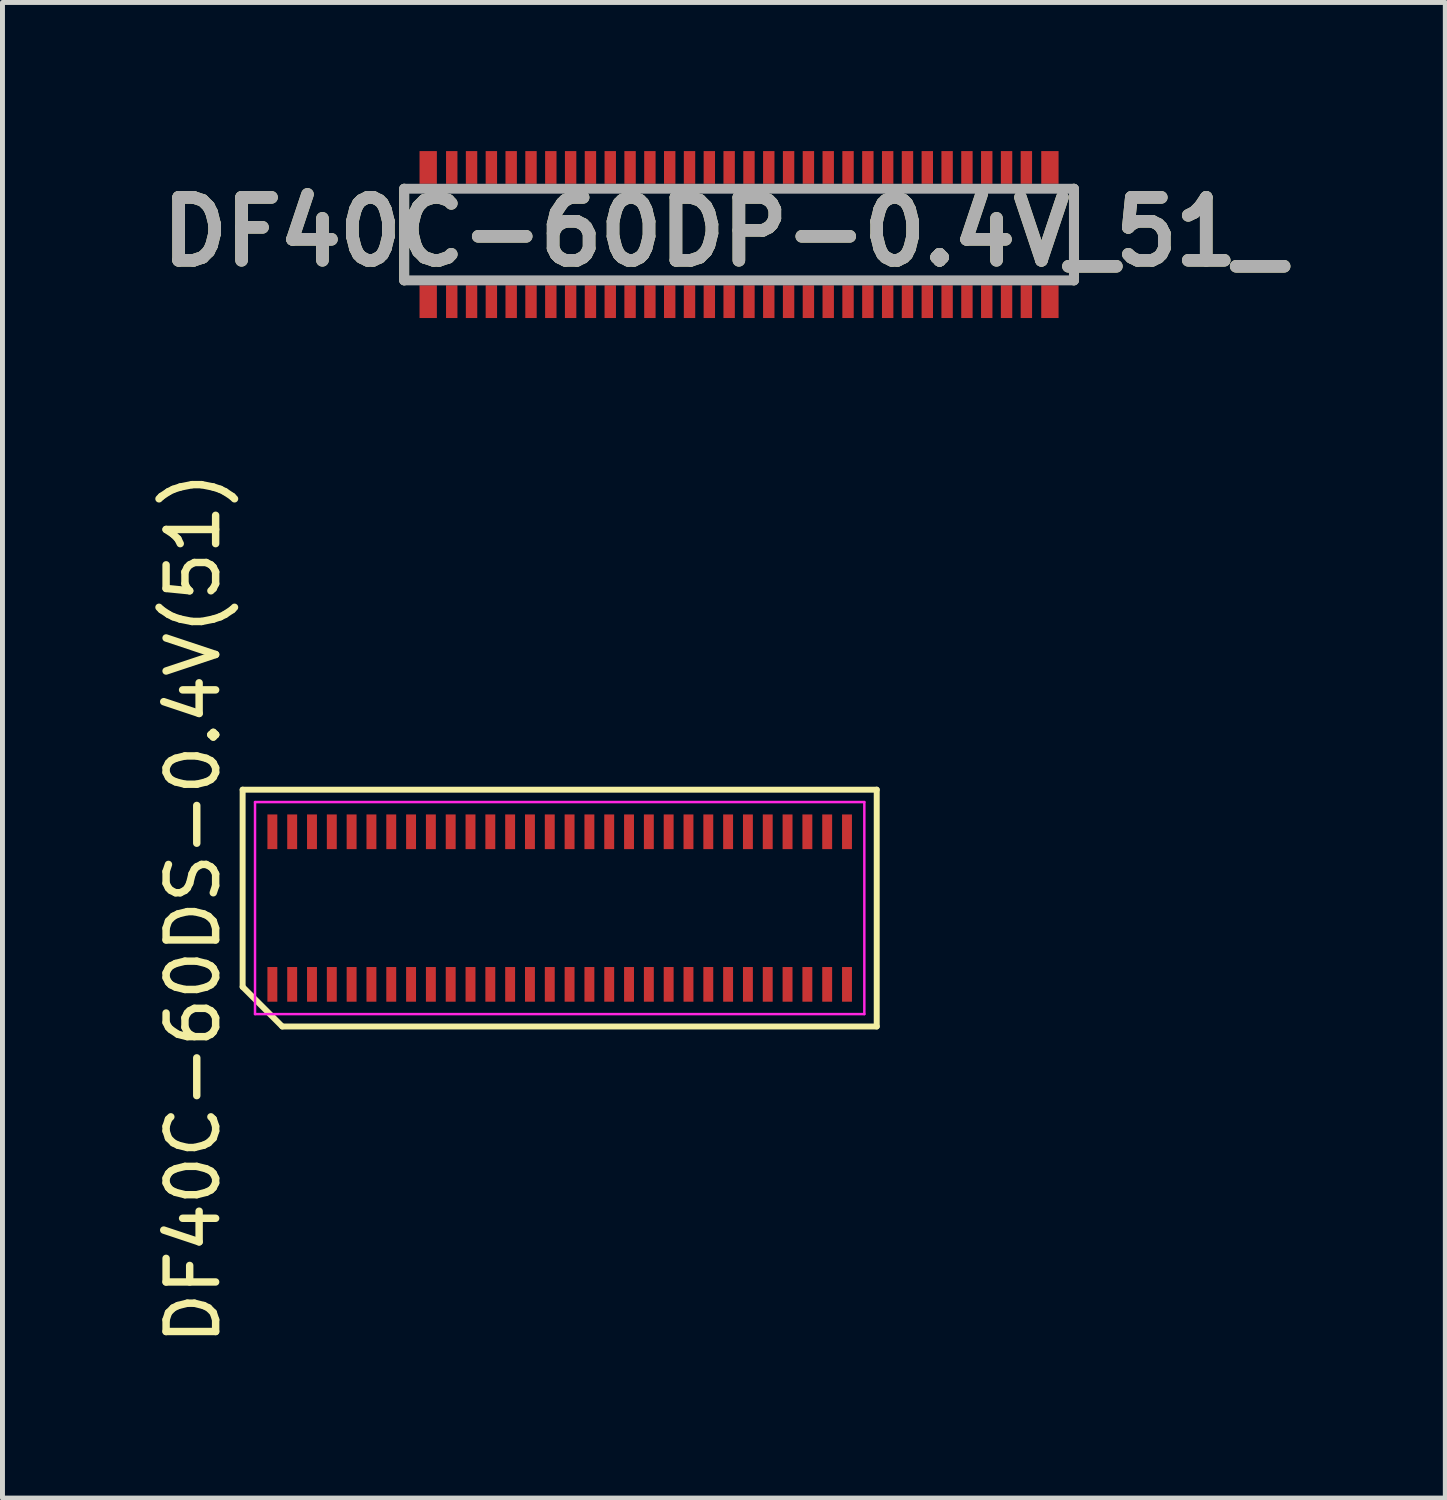
<source format=kicad_pcb>
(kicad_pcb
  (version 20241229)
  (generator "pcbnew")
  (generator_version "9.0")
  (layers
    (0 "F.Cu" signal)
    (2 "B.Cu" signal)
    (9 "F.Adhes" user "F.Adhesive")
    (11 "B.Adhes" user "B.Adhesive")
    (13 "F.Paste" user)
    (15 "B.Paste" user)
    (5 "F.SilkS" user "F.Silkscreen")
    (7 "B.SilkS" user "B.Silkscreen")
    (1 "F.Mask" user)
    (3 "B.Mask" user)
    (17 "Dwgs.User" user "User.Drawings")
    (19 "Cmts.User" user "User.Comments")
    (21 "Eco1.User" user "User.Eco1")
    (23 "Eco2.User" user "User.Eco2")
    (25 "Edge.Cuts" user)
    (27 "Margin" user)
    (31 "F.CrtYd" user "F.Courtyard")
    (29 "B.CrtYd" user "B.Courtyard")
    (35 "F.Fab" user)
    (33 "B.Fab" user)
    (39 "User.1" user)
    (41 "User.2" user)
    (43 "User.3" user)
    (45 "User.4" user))
  (footprint "DF40C-60DS-0.4V(51)"
    (layer "F.Cu")
    (at 8.248 15.281)
    (property "Reference" "DF40C-60DS-0.4V(51)" (at -7.4 0 90) (layer "F.SilkS") (effects (font (size 1 1) (thickness 0.15))))
    (attr through_hole)
    (fp_line (start -6.4 -2.39) (end 6.4 -2.39) (stroke (width 0.12) (type default)) (layer "F.SilkS"))
    (fp_line (start -6.4 1.59) (end -6.4 -2.39) (stroke (width 0.12) (type default)) (layer "F.SilkS"))
    (fp_line (start -5.6 2.39) (end -6.4 1.59) (stroke (width 0.12) (type default)) (layer "F.SilkS"))
    (fp_line (start 6.4 -2.39) (end 6.4 2.39) (stroke (width 0.12) (type default)) (layer "F.SilkS"))
    (fp_line (start 6.4 2.39) (end -5.6 2.39) (stroke (width 0.12) (type default)) (layer "F.SilkS"))
    (fp_line (start -6.15 -2.14) (end 6.15 -2.14) (stroke (width 0.05) (type default)) (layer "F.CrtYd"))
    (fp_line (start -6.15 2.14) (end -6.15 -2.14) (stroke (width 0.05) (type default)) (layer "F.CrtYd"))
    (fp_line (start 6.15 -2.14) (end 6.15 2.14) (stroke (width 0.05) (type default)) (layer "F.CrtYd"))
    (fp_line (start 6.15 2.14) (end -6.15 2.14) (stroke (width 0.05) (type default)) (layer "F.CrtYd"))
    (fp_text user "Receptacle" (at -5.08 -2.54 0) (unlocked yes) (layer "User.1") (effects (font (size 1 1) (thickness 0.15)) (justify left bottom)))
    (pad "1" smd rect (at -5.8 1.54) (size 0.2 0.7) (layers "F.Cu" "F.Mask" "F.Paste"))
    (pad "2" smd rect (at -5.8 -1.54) (size 0.2 0.7) (layers "F.Cu" "F.Mask" "F.Paste"))
    (pad "3" smd rect (at -5.4 1.54) (size 0.2 0.7) (layers "F.Cu" "F.Mask" "F.Paste"))
    (pad "4" smd rect (at -5.4 -1.54) (size 0.2 0.7) (layers "F.Cu" "F.Mask" "F.Paste"))
    (pad "5" smd rect (at -5 1.54) (size 0.2 0.7) (layers "F.Cu" "F.Mask" "F.Paste"))
    (pad "6" smd rect (at -5 -1.54) (size 0.2 0.7) (layers "F.Cu" "F.Mask" "F.Paste"))
    (pad "7" smd rect (at -4.6 1.54) (size 0.2 0.7) (layers "F.Cu" "F.Mask" "F.Paste"))
    (pad "8" smd rect (at -4.6 -1.54) (size 0.2 0.7) (layers "F.Cu" "F.Mask" "F.Paste"))
    (pad "9" smd rect (at -4.2 1.54) (size 0.2 0.7) (layers "F.Cu" "F.Mask" "F.Paste"))
    (pad "10" smd rect (at -4.2 -1.54) (size 0.2 0.7) (layers "F.Cu" "F.Mask" "F.Paste"))
    (pad "11" smd rect (at -3.8 1.54) (size 0.2 0.7) (layers "F.Cu" "F.Mask" "F.Paste"))
    (pad "12" smd rect (at -3.8 -1.54) (size 0.2 0.7) (layers "F.Cu" "F.Mask" "F.Paste"))
    (pad "13" smd rect (at -3.4 1.54) (size 0.2 0.7) (layers "F.Cu" "F.Mask" "F.Paste"))
    (pad "14" smd rect (at -3.4 -1.54) (size 0.2 0.7) (layers "F.Cu" "F.Mask" "F.Paste"))
    (pad "15" smd rect (at -3 1.54) (size 0.2 0.7) (layers "F.Cu" "F.Mask" "F.Paste"))
    (pad "16" smd rect (at -3 -1.54) (size 0.2 0.7) (layers "F.Cu" "F.Mask" "F.Paste"))
    (pad "17" smd rect (at -2.6 1.54) (size 0.2 0.7) (layers "F.Cu" "F.Mask" "F.Paste"))
    (pad "18" smd rect (at -2.6 -1.54) (size 0.2 0.7) (layers "F.Cu" "F.Mask" "F.Paste"))
    (pad "19" smd rect (at -2.2 1.54) (size 0.2 0.7) (layers "F.Cu" "F.Mask" "F.Paste"))
    (pad "20" smd rect (at -2.2 -1.54) (size 0.2 0.7) (layers "F.Cu" "F.Mask" "F.Paste"))
    (pad "21" smd rect (at -1.8 1.54) (size 0.2 0.7) (layers "F.Cu" "F.Mask" "F.Paste"))
    (pad "22" smd rect (at -1.8 -1.54) (size 0.2 0.7) (layers "F.Cu" "F.Mask" "F.Paste"))
    (pad "23" smd rect (at -1.4 1.54) (size 0.2 0.7) (layers "F.Cu" "F.Mask" "F.Paste"))
    (pad "24" smd rect (at -1.4 -1.54) (size 0.2 0.7) (layers "F.Cu" "F.Mask" "F.Paste"))
    (pad "25" smd rect (at -1 1.54) (size 0.2 0.7) (layers "F.Cu" "F.Mask" "F.Paste"))
    (pad "26" smd rect (at -1 -1.54) (size 0.2 0.7) (layers "F.Cu" "F.Mask" "F.Paste"))
    (pad "27" smd rect (at -0.6 1.54) (size 0.2 0.7) (layers "F.Cu" "F.Mask" "F.Paste"))
    (pad "28" smd rect (at -0.6 -1.54) (size 0.2 0.7) (layers "F.Cu" "F.Mask" "F.Paste"))
    (pad "29" smd rect (at -0.2 1.54) (size 0.2 0.7) (layers "F.Cu" "F.Mask" "F.Paste"))
    (pad "30" smd rect (at -0.2 -1.54) (size 0.2 0.7) (layers "F.Cu" "F.Mask" "F.Paste"))
    (pad "31" smd rect (at 0.2 1.54) (size 0.2 0.7) (layers "F.Cu" "F.Mask" "F.Paste"))
    (pad "32" smd rect (at 0.2 -1.54) (size 0.2 0.7) (layers "F.Cu" "F.Mask" "F.Paste"))
    (pad "33" smd rect (at 0.6 1.54) (size 0.2 0.7) (layers "F.Cu" "F.Mask" "F.Paste"))
    (pad "34" smd rect (at 0.6 -1.54) (size 0.2 0.7) (layers "F.Cu" "F.Mask" "F.Paste"))
    (pad "35" smd rect (at 1 1.54) (size 0.2 0.7) (layers "F.Cu" "F.Mask" "F.Paste"))
    (pad "36" smd rect (at 1 -1.54) (size 0.2 0.7) (layers "F.Cu" "F.Mask" "F.Paste"))
    (pad "37" smd rect (at 1.4 1.54) (size 0.2 0.7) (layers "F.Cu" "F.Mask" "F.Paste"))
    (pad "38" smd rect (at 1.4 -1.54) (size 0.2 0.7) (layers "F.Cu" "F.Mask" "F.Paste"))
    (pad "39" smd rect (at 1.8 1.54) (size 0.2 0.7) (layers "F.Cu" "F.Mask" "F.Paste"))
    (pad "40" smd rect (at 1.8 -1.54) (size 0.2 0.7) (layers "F.Cu" "F.Mask" "F.Paste"))
    (pad "41" smd rect (at 2.2 1.54) (size 0.2 0.7) (layers "F.Cu" "F.Mask" "F.Paste"))
    (pad "42" smd rect (at 2.2 -1.54) (size 0.2 0.7) (layers "F.Cu" "F.Mask" "F.Paste"))
    (pad "43" smd rect (at 2.6 1.54) (size 0.2 0.7) (layers "F.Cu" "F.Mask" "F.Paste"))
    (pad "44" smd rect (at 2.6 -1.54) (size 0.2 0.7) (layers "F.Cu" "F.Mask" "F.Paste"))
    (pad "45" smd rect (at 3 1.54) (size 0.2 0.7) (layers "F.Cu" "F.Mask" "F.Paste"))
    (pad "46" smd rect (at 3 -1.54) (size 0.2 0.7) (layers "F.Cu" "F.Mask" "F.Paste"))
    (pad "47" smd rect (at 3.4 1.54) (size 0.2 0.7) (layers "F.Cu" "F.Mask" "F.Paste"))
    (pad "48" smd rect (at 3.4 -1.54) (size 0.2 0.7) (layers "F.Cu" "F.Mask" "F.Paste"))
    (pad "49" smd rect (at 3.8 1.54) (size 0.2 0.7) (layers "F.Cu" "F.Mask" "F.Paste"))
    (pad "50" smd rect (at 3.8 -1.54) (size 0.2 0.7) (layers "F.Cu" "F.Mask" "F.Paste"))
    (pad "51" smd rect (at 4.2 1.54) (size 0.2 0.7) (layers "F.Cu" "F.Mask" "F.Paste"))
    (pad "52" smd rect (at 4.2 -1.54) (size 0.2 0.7) (layers "F.Cu" "F.Mask" "F.Paste"))
    (pad "53" smd rect (at 4.6 1.54) (size 0.2 0.7) (layers "F.Cu" "F.Mask" "F.Paste"))
    (pad "54" smd rect (at 4.6 -1.54) (size 0.2 0.7) (layers "F.Cu" "F.Mask" "F.Paste"))
    (pad "55" smd rect (at 5 1.54) (size 0.2 0.7) (layers "F.Cu" "F.Mask" "F.Paste"))
    (pad "56" smd rect (at 5 -1.54) (size 0.2 0.7) (layers "F.Cu" "F.Mask" "F.Paste"))
    (pad "57" smd rect (at 5.4 1.54) (size 0.2 0.7) (layers "F.Cu" "F.Mask" "F.Paste"))
    (pad "58" smd rect (at 5.4 -1.54) (size 0.2 0.7) (layers "F.Cu" "F.Mask" "F.Paste"))
    (pad "59" smd rect (at 5.8 1.54) (size 0.2 0.7) (layers "F.Cu" "F.Mask" "F.Paste"))
    (pad "60" smd rect (at 5.8 -1.54) (size 0.2 0.7) (layers "F.Cu" "F.Mask" "F.Paste")))
  (footprint "DF40C-60DP-0.4V_51_"
    (layer "F.Cu")
    (at 11.869 1.685)
    (property "Reference" "DF40C-60DP-0.4V_51_" (at -0.306 -0.055 0) (layer "F.SilkS") (effects (font (size 1.27 1.27) (thickness 0.254))))
    (attr smd)
    (fp_line (start -6.76 0.925) (end -6.76 -0.925) (stroke (width 0.2) (type solid)) (layer "F.SilkS"))
    (fp_line (start 6.76 -0.925) (end 6.76 0.925) (stroke (width 0.2) (type solid)) (layer "F.SilkS"))
    (fp_line (start -6.76 -0.925) (end 6.76 -0.925) (stroke (width 0.2) (type solid)) (layer "F.Fab"))
    (fp_line (start -6.76 0.925) (end -6.76 -0.925) (stroke (width 0.2) (type solid)) (layer "F.Fab"))
    (fp_line (start 6.76 -0.925) (end 6.76 0.925) (stroke (width 0.2) (type solid)) (layer "F.Fab"))
    (fp_line (start 6.76 0.925) (end -6.76 0.925) (stroke (width 0.2) (type solid)) (layer "F.Fab"))
    (fp_text user "${REFERENCE}" (at -0.306 -0.055 0) (layer "F.Fab") (effects (font (size 1.27 1.27) (thickness 0.254))))
    (pad "1" smd rect (at -5.8 1.355) (size 0.23 0.66) (layers "F.Cu" "F.Mask" "F.Paste"))
    (pad "2" smd rect (at -5.8 -1.355) (size 0.23 0.66) (layers "F.Cu" "F.Mask" "F.Paste"))
    (pad "3" smd rect (at -5.4 1.355) (size 0.23 0.66) (layers "F.Cu" "F.Mask" "F.Paste"))
    (pad "4" smd rect (at -5.4 -1.355) (size 0.23 0.66) (layers "F.Cu" "F.Mask" "F.Paste"))
    (pad "5" smd rect (at -5 1.355) (size 0.23 0.66) (layers "F.Cu" "F.Mask" "F.Paste"))
    (pad "6" smd rect (at -5 -1.355) (size 0.23 0.66) (layers "F.Cu" "F.Mask" "F.Paste"))
    (pad "7" smd rect (at -4.6 1.355) (size 0.23 0.66) (layers "F.Cu" "F.Mask" "F.Paste"))
    (pad "8" smd rect (at -4.6 -1.355) (size 0.23 0.66) (layers "F.Cu" "F.Mask" "F.Paste"))
    (pad "9" smd rect (at -4.2 1.355) (size 0.23 0.66) (layers "F.Cu" "F.Mask" "F.Paste"))
    (pad "10" smd rect (at -4.2 -1.355) (size 0.23 0.66) (layers "F.Cu" "F.Mask" "F.Paste"))
    (pad "11" smd rect (at -3.8 1.355) (size 0.23 0.66) (layers "F.Cu" "F.Mask" "F.Paste"))
    (pad "12" smd rect (at -3.8 -1.355) (size 0.23 0.66) (layers "F.Cu" "F.Mask" "F.Paste"))
    (pad "13" smd rect (at -3.4 1.355) (size 0.23 0.66) (layers "F.Cu" "F.Mask" "F.Paste"))
    (pad "14" smd rect (at -3.4 -1.355) (size 0.23 0.66) (layers "F.Cu" "F.Mask" "F.Paste"))
    (pad "15" smd rect (at -3 1.355) (size 0.23 0.66) (layers "F.Cu" "F.Mask" "F.Paste"))
    (pad "16" smd rect (at -3 -1.355) (size 0.23 0.66) (layers "F.Cu" "F.Mask" "F.Paste"))
    (pad "17" smd rect (at -2.6 1.355) (size 0.23 0.66) (layers "F.Cu" "F.Mask" "F.Paste"))
    (pad "18" smd rect (at -2.6 -1.355) (size 0.23 0.66) (layers "F.Cu" "F.Mask" "F.Paste"))
    (pad "19" smd rect (at -2.2 1.355) (size 0.23 0.66) (layers "F.Cu" "F.Mask" "F.Paste"))
    (pad "20" smd rect (at -2.2 -1.355) (size 0.23 0.66) (layers "F.Cu" "F.Mask" "F.Paste"))
    (pad "21" smd rect (at -1.8 1.355) (size 0.23 0.66) (layers "F.Cu" "F.Mask" "F.Paste"))
    (pad "22" smd rect (at -1.8 -1.355) (size 0.23 0.66) (layers "F.Cu" "F.Mask" "F.Paste"))
    (pad "23" smd rect (at -1.4 1.355) (size 0.23 0.66) (layers "F.Cu" "F.Mask" "F.Paste"))
    (pad "24" smd rect (at -1.4 -1.355) (size 0.23 0.66) (layers "F.Cu" "F.Mask" "F.Paste"))
    (pad "25" smd rect (at -1 1.355) (size 0.23 0.66) (layers "F.Cu" "F.Mask" "F.Paste"))
    (pad "26" smd rect (at -1 -1.355) (size 0.23 0.66) (layers "F.Cu" "F.Mask" "F.Paste"))
    (pad "27" smd rect (at -0.6 1.355) (size 0.23 0.66) (layers "F.Cu" "F.Mask" "F.Paste"))
    (pad "28" smd rect (at -0.6 -1.355) (size 0.23 0.66) (layers "F.Cu" "F.Mask" "F.Paste"))
    (pad "29" smd rect (at -0.2 1.355) (size 0.23 0.66) (layers "F.Cu" "F.Mask" "F.Paste"))
    (pad "30" smd rect (at -0.2 -1.355) (size 0.23 0.66) (layers "F.Cu" "F.Mask" "F.Paste"))
    (pad "31" smd rect (at 0.2 1.355) (size 0.23 0.66) (layers "F.Cu" "F.Mask" "F.Paste"))
    (pad "32" smd rect (at 0.2 -1.355) (size 0.23 0.66) (layers "F.Cu" "F.Mask" "F.Paste"))
    (pad "33" smd rect (at 0.6 1.355) (size 0.23 0.66) (layers "F.Cu" "F.Mask" "F.Paste"))
    (pad "34" smd rect (at 0.6 -1.355) (size 0.23 0.66) (layers "F.Cu" "F.Mask" "F.Paste"))
    (pad "35" smd rect (at 1 1.355) (size 0.23 0.66) (layers "F.Cu" "F.Mask" "F.Paste"))
    (pad "36" smd rect (at 1 -1.355) (size 0.23 0.66) (layers "F.Cu" "F.Mask" "F.Paste"))
    (pad "37" smd rect (at 1.4 1.355) (size 0.23 0.66) (layers "F.Cu" "F.Mask" "F.Paste"))
    (pad "38" smd rect (at 1.4 -1.355) (size 0.23 0.66) (layers "F.Cu" "F.Mask" "F.Paste"))
    (pad "39" smd rect (at 1.8 1.355) (size 0.23 0.66) (layers "F.Cu" "F.Mask" "F.Paste"))
    (pad "40" smd rect (at 1.8 -1.355) (size 0.23 0.66) (layers "F.Cu" "F.Mask" "F.Paste"))
    (pad "41" smd rect (at 2.2 1.355) (size 0.23 0.66) (layers "F.Cu" "F.Mask" "F.Paste"))
    (pad "42" smd rect (at 2.2 -1.355) (size 0.23 0.66) (layers "F.Cu" "F.Mask" "F.Paste"))
    (pad "43" smd rect (at 2.6 1.355) (size 0.23 0.66) (layers "F.Cu" "F.Mask" "F.Paste"))
    (pad "44" smd rect (at 2.6 -1.355) (size 0.23 0.66) (layers "F.Cu" "F.Mask" "F.Paste"))
    (pad "45" smd rect (at 3 1.355) (size 0.23 0.66) (layers "F.Cu" "F.Mask" "F.Paste"))
    (pad "46" smd rect (at 3 -1.355) (size 0.23 0.66) (layers "F.Cu" "F.Mask" "F.Paste"))
    (pad "47" smd rect (at 3.4 1.355) (size 0.23 0.66) (layers "F.Cu" "F.Mask" "F.Paste"))
    (pad "48" smd rect (at 3.4 -1.355) (size 0.23 0.66) (layers "F.Cu" "F.Mask" "F.Paste"))
    (pad "49" smd rect (at 3.8 1.355) (size 0.23 0.66) (layers "F.Cu" "F.Mask" "F.Paste"))
    (pad "50" smd rect (at 3.8 -1.355) (size 0.23 0.66) (layers "F.Cu" "F.Mask" "F.Paste"))
    (pad "51" smd rect (at 4.2 1.355) (size 0.23 0.66) (layers "F.Cu" "F.Mask" "F.Paste"))
    (pad "52" smd rect (at 4.2 -1.355) (size 0.23 0.66) (layers "F.Cu" "F.Mask" "F.Paste"))
    (pad "53" smd rect (at 4.6 1.355) (size 0.23 0.66) (layers "F.Cu" "F.Mask" "F.Paste"))
    (pad "54" smd rect (at 4.6 -1.355) (size 0.23 0.66) (layers "F.Cu" "F.Mask" "F.Paste"))
    (pad "55" smd rect (at 5 1.355) (size 0.23 0.66) (layers "F.Cu" "F.Mask" "F.Paste"))
    (pad "56" smd rect (at 5 -1.355) (size 0.23 0.66) (layers "F.Cu" "F.Mask" "F.Paste"))
    (pad "57" smd rect (at 5.4 1.355) (size 0.23 0.66) (layers "F.Cu" "F.Mask" "F.Paste"))
    (pad "58" smd rect (at 5.4 -1.355) (size 0.23 0.66) (layers "F.Cu" "F.Mask" "F.Paste"))
    (pad "59" smd rect (at 5.8 1.355) (size 0.23 0.66) (layers "F.Cu" "F.Mask" "F.Paste"))
    (pad "60" smd rect (at 5.8 -1.355) (size 0.23 0.66) (layers "F.Cu" "F.Mask" "F.Paste"))
    (pad "61" smd rect (at -6.275 -1.355) (size 0.35 0.66) (layers "F.Cu" "F.Mask" "F.Paste"))
    (pad "62" smd rect (at -6.275 1.355) (size 0.35 0.66) (layers "F.Cu" "F.Mask" "F.Paste"))
    (pad "63" smd rect (at 6.275 1.355) (size 0.35 0.66) (layers "F.Cu" "F.Mask" "F.Paste"))
    (pad "64" smd rect (at 6.275 -1.355) (size 0.35 0.66) (layers "F.Cu" "F.Mask" "F.Paste")))
  (gr_rect
    (start -3 -3)
    (end 26.126 27.191)
    (stroke (width 0.1) (type default))
    (fill no)
    (layer "Edge.Cuts")))
</source>
